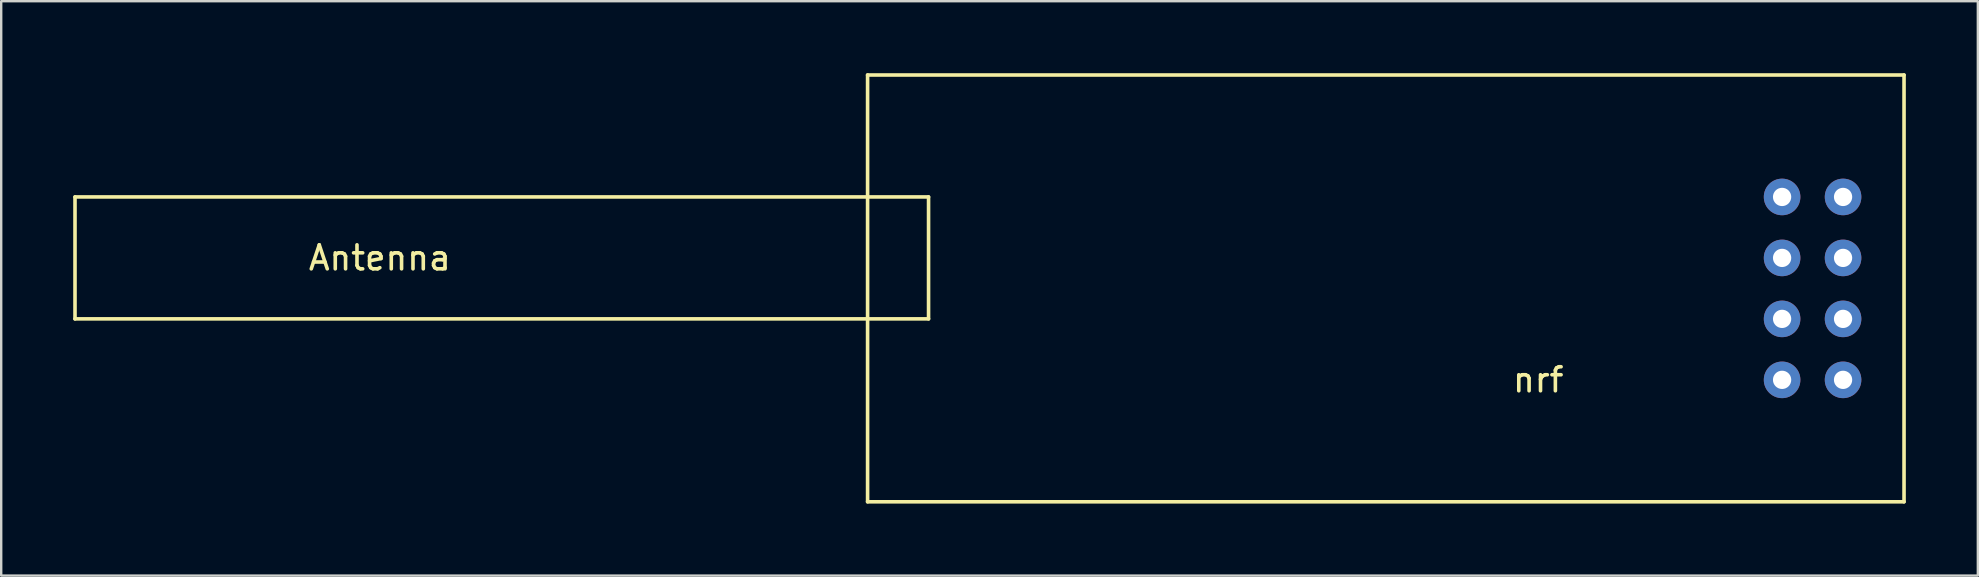
<source format=kicad_pcb>
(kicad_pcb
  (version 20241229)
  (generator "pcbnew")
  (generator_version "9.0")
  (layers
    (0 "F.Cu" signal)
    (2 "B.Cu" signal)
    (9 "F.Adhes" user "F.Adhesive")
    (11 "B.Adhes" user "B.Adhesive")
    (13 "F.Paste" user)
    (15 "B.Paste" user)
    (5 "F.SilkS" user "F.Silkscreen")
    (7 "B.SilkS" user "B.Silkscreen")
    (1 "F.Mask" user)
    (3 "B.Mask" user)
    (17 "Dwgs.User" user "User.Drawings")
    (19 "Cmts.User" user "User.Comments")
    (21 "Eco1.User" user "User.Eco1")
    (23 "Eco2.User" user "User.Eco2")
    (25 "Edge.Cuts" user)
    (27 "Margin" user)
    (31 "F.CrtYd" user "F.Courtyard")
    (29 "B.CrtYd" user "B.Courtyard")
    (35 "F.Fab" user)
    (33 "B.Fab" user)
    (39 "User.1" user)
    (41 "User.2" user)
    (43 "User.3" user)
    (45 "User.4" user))
  (footprint "nrf"
    (layer "F.Cu")
    (at 61.035 7.695)
    (property "Reference" "nrf" (at 0 5.08 0) (layer "F.SilkS") (effects (font (size 1 1) (thickness 0.15))))
    (attr through_hole)
    (fp_line (start -60.96 -2.54) (end -60.96 2.54) (stroke (width 0.15) (type solid)) (layer "F.SilkS"))
    (fp_line (start -60.96 2.54) (end -25.4 2.54) (stroke (width 0.15) (type solid)) (layer "F.SilkS"))
    (fp_line (start -27.94 -7.62) (end 15.24 -7.62) (stroke (width 0.15) (type solid)) (layer "F.SilkS"))
    (fp_line (start -27.94 10.16) (end -27.94 -7.62) (stroke (width 0.15) (type solid)) (layer "F.SilkS"))
    (fp_line (start -25.4 -2.54) (end -60.96 -2.54) (stroke (width 0.15) (type solid)) (layer "F.SilkS"))
    (fp_line (start -25.4 2.54) (end -25.4 -2.54) (stroke (width 0.15) (type solid)) (layer "F.SilkS"))
    (fp_line (start 15.24 -7.62) (end 15.24 10.16) (stroke (width 0.15) (type solid)) (layer "F.SilkS"))
    (fp_line (start 15.24 10.16) (end -27.94 10.16) (stroke (width 0.15) (type solid)) (layer "F.SilkS"))
    (fp_text user "Antenna" (at -48.26 0 0) (layer "F.SilkS") (effects (font (size 1 1) (thickness 0.15))))
    (pad "1" thru_hole circle (at 12.7 5.08) (size 1.524 1.524) (drill 0.762) (layers "*.Cu" "*.Mask"))
    (pad "2" thru_hole circle (at 10.16 5.08) (size 1.524 1.524) (drill 0.762) (layers "*.Cu" "*.Mask"))
    (pad "3" thru_hole circle (at 12.7 2.54) (size 1.524 1.524) (drill 0.762) (layers "*.Cu" "*.Mask"))
    (pad "4" thru_hole circle (at 10.16 2.54) (size 1.524 1.524) (drill 0.762) (layers "*.Cu" "*.Mask"))
    (pad "5" thru_hole circle (at 12.7 0) (size 1.524 1.524) (drill 0.762) (layers "*.Cu" "*.Mask"))
    (pad "6" thru_hole circle (at 10.16 0) (size 1.524 1.524) (drill 0.762) (layers "*.Cu" "*.Mask"))
    (pad "7" thru_hole circle (at 12.7 -2.54) (size 1.524 1.524) (drill 0.762) (layers "*.Cu" "*.Mask"))
    (pad "8" thru_hole circle (at 10.16 -2.54) (size 1.524 1.524) (drill 0.762) (layers "*.Cu" "*.Mask")))
  (gr_rect
    (start -3 -3)
    (end 79.35 20.93)
    (stroke (width 0.1) (type default))
    (fill no)
    (layer "Edge.Cuts")))
</source>
